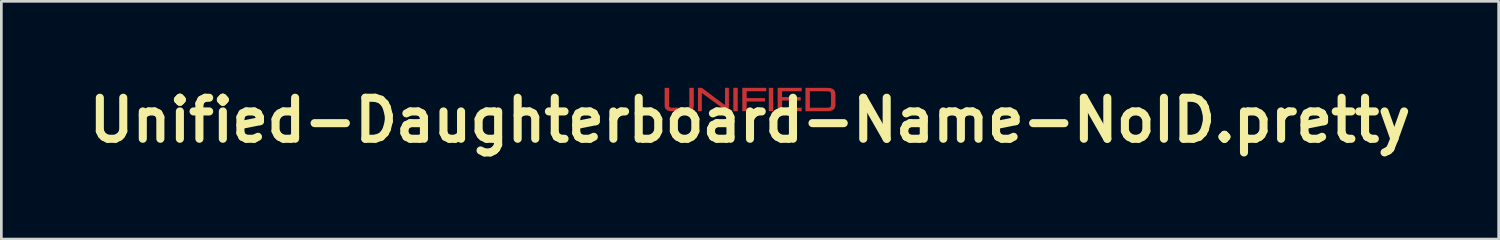
<source format=kicad_pcb>
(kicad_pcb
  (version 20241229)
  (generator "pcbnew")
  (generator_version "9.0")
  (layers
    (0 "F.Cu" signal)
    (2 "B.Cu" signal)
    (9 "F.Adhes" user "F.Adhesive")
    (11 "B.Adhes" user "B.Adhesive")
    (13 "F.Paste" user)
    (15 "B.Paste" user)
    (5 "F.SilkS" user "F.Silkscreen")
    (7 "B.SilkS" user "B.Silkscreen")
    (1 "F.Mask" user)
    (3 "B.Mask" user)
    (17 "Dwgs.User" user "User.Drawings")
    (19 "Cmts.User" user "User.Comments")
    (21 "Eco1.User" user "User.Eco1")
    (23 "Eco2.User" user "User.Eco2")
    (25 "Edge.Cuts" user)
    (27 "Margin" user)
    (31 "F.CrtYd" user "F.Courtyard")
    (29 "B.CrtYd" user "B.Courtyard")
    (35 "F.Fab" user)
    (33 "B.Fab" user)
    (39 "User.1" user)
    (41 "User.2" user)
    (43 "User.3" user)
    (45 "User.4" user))
  (footprint "Unified-Daughterboard-Name-NoID.pretty"
    (layer "F.Cu")
    (at 24.827 1.418)
    (property "Reference" "Unified-Daughterboard-Name-NoID.pretty" (at 0 0 180) (layer "F.SilkS") (effects (font (size 1.524 1.524) (thickness 0.3))))
    (attr through_hole)
    (pad "1" smd custom (at -3.1 -0.8) (size 0.1 0.1) (layers "F.Cu" "F.Mask") (options (anchor circle)) (primitives (gr_poly (pts (xy 0.09 -0.069) (xy 0.09 -0.032) (xy 0.09 0.003) (xy 0.09 0.036) (xy 0.09 0.065) (xy 0.09 0.092) (xy 0.09 0.117) (xy 0.09 0.139) (xy 0.09 0.16) (xy 0.09 0.178) (xy 0.09 0.194) (xy 0.09 0.209) (xy 0.091 0.222) (xy 0.091 0.233) (xy 0.091 0.243) (xy 0.091 0.252) (xy 0.091 0.259) (xy 0.092 0.265) (xy 0.092 0.27) (xy 0.093 0.275) (xy 0.093 0.278) (xy 0.093 0.281) (xy 0.094 0.284) (xy 0.095 0.286) (xy 0.095 0.288) (xy 0.096 0.289) (xy 0.097 0.291) (xy 0.098 0.292) (xy 0.099 0.294) (xy 0.099 0.294) (xy 0.106 0.305) (xy 0.116 0.314) (xy 0.128 0.322) (xy 0.143 0.327) (xy 0.159 0.332) (xy 0.176 0.334) (xy 0.179 0.334) (xy 0.185 0.334) (xy 0.194 0.335) (xy 0.205 0.335) (xy 0.219 0.335) (xy 0.234 0.335) (xy 0.251 0.335) (xy 0.27 0.335) (xy 0.291 0.335) (xy 0.312 0.335) (xy 0.335 0.335) (xy 0.359 0.335) (xy 0.384 0.336) (xy 0.409 0.336) (xy 0.435 0.336) (xy 0.461 0.336) (xy 0.486 0.336) (xy 0.512 0.336) (xy 0.538 0.336) (xy 0.563 0.336) (xy 0.587 0.335) (xy 0.61 0.335) (xy 0.633 0.335) (xy 0.654 0.335) (xy 0.674 0.335) (xy 0.692 0.335) (xy 0.708 0.335) (xy 0.723 0.335) (xy 0.735 0.335) (xy 0.745 0.334) (xy 0.753 0.334) (xy 0.757 0.334) (xy 0.759 0.334) (xy 0.778 0.331) (xy 0.794 0.327) (xy 0.808 0.321) (xy 0.82 0.313) (xy 0.83 0.304) (xy 0.837 0.293) (xy 0.842 0.28) (xy 0.842 0.279) (xy 0.842 0.277) (xy 0.843 0.276) (xy 0.843 0.273) (xy 0.843 0.27) (xy 0.843 0.267) (xy 0.843 0.262) (xy 0.843 0.256) (xy 0.844 0.249) (xy 0.844 0.241) (xy 0.844 0.231) (xy 0.844 0.22) (xy 0.844 0.207) (xy 0.844 0.193) (xy 0.844 0.176) (xy 0.844 0.158) (xy 0.844 0.138) (xy 0.844 0.115) (xy 0.844 0.09) (xy 0.844 0.063) (xy 0.844 0.033) (xy 0.844 0.001) (xy 0.844 -0.034) (xy 0.844 -0.067) (xy 0.844 -0.404) (xy 1.01 -0.404) (xy 1.01 -0.059) (xy 1.01 -0.021) (xy 1.009 0.015) (xy 1.009 0.048) (xy 1.009 0.078) (xy 1.009 0.106) (xy 1.009 0.131) (xy 1.009 0.155) (xy 1.009 0.176) (xy 1.009 0.195) (xy 1.009 0.212) (xy 1.009 0.227) (xy 1.009 0.241) (xy 1.008 0.253) (xy 1.008 0.264) (xy 1.008 0.274) (xy 1.008 0.282) (xy 1.007 0.289) (xy 1.007 0.296) (xy 1.007 0.302) (xy 1.006 0.306) (xy 1.006 0.311) (xy 1.005 0.315) (xy 1.004 0.318) (xy 1.004 0.322) (xy 1.003 0.325) (xy 1.002 0.328) (xy 1.001 0.332) (xy 1 0.336) (xy 1 0.339) (xy 0.993 0.359) (xy 0.984 0.378) (xy 0.973 0.394) (xy 0.959 0.409) (xy 0.944 0.422) (xy 0.926 0.434) (xy 0.925 0.434) (xy 0.91 0.441) (xy 0.896 0.447) (xy 0.881 0.452) (xy 0.866 0.455) (xy 0.849 0.458) (xy 0.83 0.461) (xy 0.809 0.462) (xy 0.806 0.463) (xy 0.802 0.463) (xy 0.795 0.463) (xy 0.786 0.463) (xy 0.774 0.463) (xy 0.76 0.463) (xy 0.743 0.463) (xy 0.725 0.464) (xy 0.705 0.464) (xy 0.684 0.464) (xy 0.661 0.464) (xy 0.637 0.464) (xy 0.612 0.464) (xy 0.587 0.464) (xy 0.56 0.464) (xy 0.533 0.464) (xy 0.506 0.464) (xy 0.478 0.464) (xy 0.451 0.464) (xy 0.424 0.464) (xy 0.397 0.464) (xy 0.37 0.464) (xy 0.345 0.464) (xy 0.32 0.464) (xy 0.297 0.464) (xy 0.274 0.464) (xy 0.253 0.464) (xy 0.234 0.463) (xy 0.217 0.463) (xy 0.201 0.463) (xy 0.188 0.463) (xy 0.177 0.463) (xy 0.168 0.463) (xy 0.162 0.463) (xy 0.16 0.463) (xy 0.131 0.46) (xy 0.104 0.456) (xy 0.079 0.45) (xy 0.056 0.443) (xy 0.034 0.434) (xy 0.027 0.431) (xy 0.011 0.422) (xy -0.004 0.412) (xy -0.017 0.401) (xy -0.023 0.396) (xy -0.037 0.379) (xy -0.049 0.362) (xy -0.058 0.342) (xy -0.066 0.32) (xy -0.071 0.297) (xy -0.072 0.29) (xy -0.072 0.288) (xy -0.072 0.285) (xy -0.073 0.282) (xy -0.073 0.278) (xy -0.073 0.273) (xy -0.073 0.267) (xy -0.073 0.26) (xy -0.073 0.252) (xy -0.074 0.242) (xy -0.074 0.231) (xy -0.074 0.218) (xy -0.074 0.204) (xy -0.074 0.188) (xy -0.074 0.17) (xy -0.074 0.15) (xy -0.074 0.128) (xy -0.074 0.103) (xy -0.074 0.076) (xy -0.074 0.047) (xy -0.074 0.015) (xy -0.074 -0.019) (xy -0.074 -0.057) (xy -0.074 -0.065) (xy -0.074 -0.404) (xy 0.09 -0.404)) (width 0) (fill yes))))
    (pad "1" smd custom (at -1.86 -1.08) (size 0.1 0.1) (layers "F.Cu" "F.Mask") (options (anchor circle)) (primitives (gr_poly (pts (xy 1.075 0.744) (xy 0.995 0.744) (xy 0.726 0.548) (xy 0.698 0.527) (xy 0.668 0.506) (xy 0.637 0.483) (xy 0.606 0.461) (xy 0.574 0.437) (xy 0.542 0.414) (xy 0.511 0.391) (xy 0.479 0.368) (xy 0.448 0.345) (xy 0.417 0.323) (xy 0.388 0.301) (xy 0.36 0.281) (xy 0.333 0.261) (xy 0.308 0.243) (xy 0.284 0.226) (xy 0.264 0.211) (xy 0.242 0.195) (xy 0.222 0.18) (xy 0.202 0.166) (xy 0.183 0.152) (xy 0.165 0.139) (xy 0.148 0.127) (xy 0.133 0.115) (xy 0.119 0.105) (xy 0.106 0.096) (xy 0.095 0.088) (xy 0.086 0.081) (xy 0.079 0.076) (xy 0.073 0.072) (xy 0.07 0.07) (xy 0.07 0.07) (xy 0.07 0.071) (xy 0.069 0.075) (xy 0.069 0.082) (xy 0.069 0.092) (xy 0.069 0.104) (xy 0.069 0.118) (xy 0.069 0.135) (xy 0.069 0.153) (xy 0.069 0.174) (xy 0.069 0.196) (xy 0.069 0.22) (xy 0.069 0.245) (xy 0.069 0.272) (xy 0.069 0.3) (xy 0.069 0.329) (xy 0.069 0.359) (xy 0.069 0.39) (xy 0.069 0.407) (xy 0.069 0.744) (xy -0.075 0.744) (xy -0.075 -0.124) (xy 0.068 -0.124) (xy 0.499 0.198) (xy 0.93 0.519) (xy 0.931 0.198) (xy 0.931 -0.124) (xy 1.075 -0.124)) (width 0) (fill yes))))
    (pad "1" smd custom (at -0.54 -1.02) (size 0.1 0.1) (layers "F.Cu" "F.Mask") (options (anchor circle)) (primitives (gr_poly (pts (xy 0.084 0.684) (xy 0.003 0.684) (xy -0.012 0.684) (xy -0.026 0.684) (xy -0.039 0.684) (xy -0.051 0.684) (xy -0.061 0.684) (xy -0.069 0.684) (xy -0.075 0.684) (xy -0.078 0.683) (xy -0.079 0.683) (xy -0.079 0.682) (xy -0.079 0.677) (xy -0.079 0.67) (xy -0.079 0.66) (xy -0.079 0.648) (xy -0.079 0.634) (xy -0.079 0.617) (xy -0.079 0.598) (xy -0.079 0.577) (xy -0.079 0.554) (xy -0.08 0.529) (xy -0.08 0.503) (xy -0.08 0.475) (xy -0.08 0.445) (xy -0.08 0.415) (xy -0.08 0.383) (xy -0.08 0.349) (xy -0.08 0.315) (xy -0.08 0.28) (xy -0.08 0.249) (xy -0.08 -0.184) (xy 0.084 -0.184)) (width 0) (fill yes))))
    (pad "1" smd custom (at -0.21 -1.11) (size 0.1 0.1) (layers "F.Cu" "F.Mask") (options (anchor circle)) (primitives (gr_poly (pts (xy 0.813 0.035) (xy 0.086 0.035) (xy 0.086 0.288) (xy 0.765 0.288) (xy 0.765 0.416) (xy 0.086 0.416) (xy 0.085 0.595) (xy 0.085 0.773) (xy 0.003 0.774) (xy -0.078 0.774) (xy -0.078 -0.094) (xy 0.813 -0.094)) (width 0) (fill yes))))
    (pad "1" smd custom (at 0.78 -0.91) (size 0.1 0.1) (layers "F.Cu" "F.Mask") (options (anchor circle)) (primitives (gr_poly (pts (xy 0.082 0.574) (xy -0.082 0.574) (xy -0.082 -0.294) (xy 0.082 -0.294)) (width 0) (fill yes))))
    (pad "1" smd custom (at 1.12 -1.09) (size 0.1 0.1) (layers "F.Cu" "F.Mask") (options (anchor circle)) (primitives (gr_poly (pts (xy 0.801 0.015) (xy 0.072 0.015) (xy 0.072 0.231) (xy 0.764 0.231) (xy 0.764 0.359) (xy 0.072 0.359) (xy 0.073 0.492) (xy 0.073 0.625) (xy 0.437 0.625) (xy 0.801 0.626) (xy 0.801 0.754) (xy 0.356 0.754) (xy 0.32 0.754) (xy 0.284 0.754) (xy 0.25 0.754) (xy 0.216 0.754) (xy 0.184 0.754) (xy 0.153 0.754) (xy 0.123 0.754) (xy 0.095 0.754) (xy 0.068 0.754) (xy 0.043 0.754) (xy 0.019 0.754) (xy -0.002 0.754) (xy -0.022 0.754) (xy -0.039 0.754) (xy -0.054 0.754) (xy -0.066 0.754) (xy -0.077 0.753) (xy -0.084 0.753) (xy -0.089 0.753) (xy -0.091 0.753) (xy -0.091 0.753) (xy -0.091 0.752) (xy -0.091 0.747) (xy -0.091 0.74) (xy -0.091 0.73) (xy -0.091 0.718) (xy -0.091 0.704) (xy -0.092 0.687) (xy -0.092 0.668) (xy -0.092 0.647) (xy -0.092 0.624) (xy -0.092 0.599) (xy -0.092 0.573) (xy -0.092 0.545) (xy -0.092 0.515) (xy -0.092 0.485) (xy -0.092 0.453) (xy -0.092 0.419) (xy -0.092 0.385) (xy -0.092 0.35) (xy -0.092 0.319) (xy -0.092 -0.114) (xy 0.801 -0.114)) (width 0) (fill yes))))
    (pad "1" smd custom (at 2.15 -1.08) (size 0.1 0.1) (layers "F.Cu" "F.Mask") (options (anchor circle)) (primitives (gr_poly (pts (xy 0.325 -0.124) (xy 0.369 -0.124) (xy 0.41 -0.124) (xy 0.45 -0.124) (xy 0.488 -0.124) (xy 0.523 -0.124) (xy 0.556 -0.124) (xy 0.587 -0.124) (xy 0.616 -0.124) (xy 0.642 -0.124) (xy 0.666 -0.123) (xy 0.688 -0.123) (xy 0.707 -0.123) (xy 0.723 -0.123) (xy 0.736 -0.123) (xy 0.747 -0.123) (xy 0.755 -0.123) (xy 0.76 -0.123) (xy 0.762 -0.123) (xy 0.795 -0.12) (xy 0.825 -0.115) (xy 0.852 -0.11) (xy 0.878 -0.103) (xy 0.901 -0.094) (xy 0.922 -0.084) (xy 0.941 -0.073) (xy 0.957 -0.06) (xy 0.967 -0.051) (xy 0.979 -0.038) (xy 0.989 -0.025) (xy 0.997 -0.01) (xy 1.004 0.006) (xy 1.011 0.024) (xy 1.016 0.044) (xy 1.021 0.066) (xy 1.022 0.073) (xy 1.023 0.075) (xy 1.023 0.077) (xy 1.023 0.08) (xy 1.023 0.084) (xy 1.024 0.089) (xy 1.024 0.094) (xy 1.024 0.101) (xy 1.024 0.109) (xy 1.024 0.118) (xy 1.025 0.129) (xy 1.025 0.141) (xy 1.025 0.156) (xy 1.025 0.172) (xy 1.025 0.191) (xy 1.025 0.212) (xy 1.025 0.235) (xy 1.025 0.261) (xy 1.025 0.29) (xy 1.025 0.3) (xy 1.025 0.334) (xy 1.025 0.364) (xy 1.026 0.392) (xy 1.026 0.417) (xy 1.026 0.439) (xy 1.025 0.459) (xy 1.025 0.476) (xy 1.025 0.491) (xy 1.025 0.503) (xy 1.025 0.514) (xy 1.025 0.522) (xy 1.025 0.528) (xy 1.024 0.532) (xy 1.024 0.533) (xy 1.021 0.56) (xy 1.016 0.585) (xy 1.008 0.608) (xy 0.999 0.628) (xy 0.988 0.647) (xy 0.975 0.664) (xy 0.96 0.679) (xy 0.942 0.692) (xy 0.922 0.704) (xy 0.9 0.714) (xy 0.88 0.721) (xy 0.86 0.727) (xy 0.839 0.732) (xy 0.817 0.736) (xy 0.792 0.739) (xy 0.765 0.742) (xy 0.747 0.743) (xy 0.742 0.743) (xy 0.735 0.743) (xy 0.725 0.743) (xy 0.712 0.743) (xy 0.696 0.743) (xy 0.678 0.744) (xy 0.657 0.744) (xy 0.634 0.744) (xy 0.608 0.744) (xy 0.58 0.744) (xy 0.551 0.744) (xy 0.519 0.744) (xy 0.484 0.744) (xy 0.448 0.744) (xy 0.411 0.744) (xy 0.371 0.744) (xy 0.329 0.744) (xy 0.314 0.744) (xy -0.09 0.744) (xy -0.09 0.616) (xy 0.075 0.616) (xy 0.397 0.616) (xy 0.435 0.616) (xy 0.472 0.616) (xy 0.506 0.615) (xy 0.539 0.615) (xy 0.569 0.615) (xy 0.597 0.615) (xy 0.623 0.615) (xy 0.647 0.615) (xy 0.668 0.615) (xy 0.686 0.615) (xy 0.702 0.615) (xy 0.715 0.615) (xy 0.726 0.614) (xy 0.734 0.614) (xy 0.739 0.614) (xy 0.74 0.614) (xy 0.76 0.612) (xy 0.778 0.609) (xy 0.794 0.606) (xy 0.808 0.601) (xy 0.819 0.595) (xy 0.829 0.588) (xy 0.836 0.582) (xy 0.843 0.573) (xy 0.85 0.563) (xy 0.854 0.552) (xy 0.858 0.539) (xy 0.861 0.525) (xy 0.861 0.099) (xy 0.858 0.084) (xy 0.853 0.068) (xy 0.847 0.054) (xy 0.838 0.042) (xy 0.833 0.036) (xy 0.826 0.03) (xy 0.819 0.025) (xy 0.811 0.02) (xy 0.802 0.017) (xy 0.797 0.015) (xy 0.794 0.014) (xy 0.791 0.013) (xy 0.789 0.012) (xy 0.786 0.011) (xy 0.784 0.011) (xy 0.781 0.01) (xy 0.778 0.009) (xy 0.774 0.009) (xy 0.77 0.008) (xy 0.765 0.008) (xy 0.76 0.007) (xy 0.753 0.007) (xy 0.746 0.007) (xy 0.737 0.006) (xy 0.728 0.006) (xy 0.716 0.006) (xy 0.704 0.006) (xy 0.69 0.006) (xy 0.674 0.006) (xy 0.656 0.005) (xy 0.636 0.005) (xy 0.614 0.005) (xy 0.59 0.005) (xy 0.564 0.005) (xy 0.535 0.005) (xy 0.504 0.005) (xy 0.47 0.005) (xy 0.433 0.005) (xy 0.414 0.005) (xy 0.075 0.005) (xy 0.075 0.616) (xy -0.09 0.616) (xy -0.09 -0.124)) (width 0) (fill yes)))))
  (gr_rect
    (start -3 -3)
    (end 52.653 5.836)
    (stroke (width 0.1) (type default))
    (fill no)
    (layer "Edge.Cuts")))
</source>
